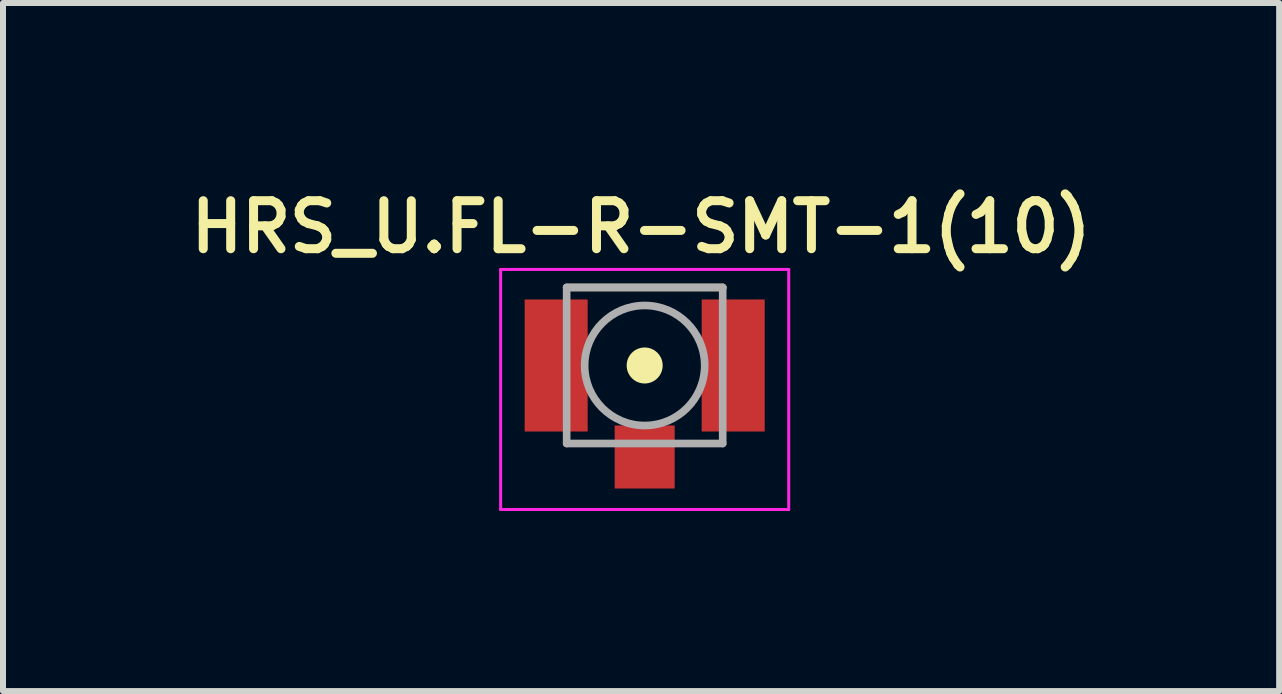
<source format=kicad_pcb>
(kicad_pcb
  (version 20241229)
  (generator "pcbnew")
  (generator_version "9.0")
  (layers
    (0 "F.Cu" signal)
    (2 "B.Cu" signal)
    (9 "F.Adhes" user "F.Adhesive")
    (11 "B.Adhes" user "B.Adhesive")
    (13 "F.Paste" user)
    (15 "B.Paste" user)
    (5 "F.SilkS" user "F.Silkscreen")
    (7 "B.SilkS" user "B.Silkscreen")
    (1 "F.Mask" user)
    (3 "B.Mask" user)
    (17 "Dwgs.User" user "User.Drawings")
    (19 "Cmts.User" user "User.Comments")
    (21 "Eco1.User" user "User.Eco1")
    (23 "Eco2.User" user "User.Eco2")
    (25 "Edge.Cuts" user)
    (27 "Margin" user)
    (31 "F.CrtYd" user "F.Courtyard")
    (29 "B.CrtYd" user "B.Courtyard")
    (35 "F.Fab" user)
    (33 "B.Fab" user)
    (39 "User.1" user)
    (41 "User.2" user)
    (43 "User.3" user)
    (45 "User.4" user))
  (footprint "HRS_U.FL-R-SMT-1(10)"
    (layer "F.Cu")
    (at 7.692 3.04)
    (property "Reference" "HRS_U.FL-R-SMT-1(10)" (at -0.06 -2.308 0) (layer "F.SilkS") (effects (font (size 0.8 0.8) (thickness 0.15))))
    (attr smd)
    (fp_line (start -1.3 -1.3) (end 1.3 -1.3) (stroke (width 0.127) (type solid)) (layer "F.SilkS"))
    (fp_circle (center 0 0) (end 0.3 0) (stroke (width 0) (type solid)) (fill yes) (layer "F.SilkS"))
    (fp_line (start -2.4 -1.6) (end 2.4 -1.6) (stroke (width 0.05) (type solid)) (layer "F.CrtYd"))
    (fp_line (start -2.4 2.4) (end -2.4 -1.6) (stroke (width 0.05) (type solid)) (layer "F.CrtYd"))
    (fp_line (start 2.4 -1.6) (end 2.4 2.4) (stroke (width 0.05) (type solid)) (layer "F.CrtYd"))
    (fp_line (start 2.4 2.4) (end -2.4 2.4) (stroke (width 0.05) (type solid)) (layer "F.CrtYd"))
    (fp_line (start -1.3 -1.3) (end 1.3 -1.3) (stroke (width 0.127) (type solid)) (layer "F.Fab"))
    (fp_line (start -1.3 1.3) (end -1.3 -1.3) (stroke (width 0.127) (type solid)) (layer "F.Fab"))
    (fp_line (start 1.3 -1.3) (end 1.3 1.3) (stroke (width 0.127) (type solid)) (layer "F.Fab"))
    (fp_line (start 1.3 1.3) (end -1.3 1.3) (stroke (width 0.127) (type solid)) (layer "F.Fab"))
    (fp_circle (center 0 0) (end 1 0) (stroke (width 0.127) (type solid)) (fill no) (layer "F.Fab"))
    (pad "1" smd rect (at -1.475 0) (size 1.05 2.2) (layers "F.Cu" "F.Mask" "F.Paste"))
    (pad "2" smd rect (at 0 1.525) (size 1 1.05) (layers "F.Cu" "F.Mask" "F.Paste"))
    (pad "3" smd rect (at 1.475 0) (size 1.05 2.2) (layers "F.Cu" "F.Mask" "F.Paste"))
    (zone (net_name "") (layer "F.Cu") (hatch full 0.508) (connect_pads) (min_thickness 0.01) (filled_areas_thickness no) (keepout (tracks not_allowed) (vias not_allowed) (pads not_allowed) (copperpour not_allowed) (footprints allowed)) (placement (enabled no)) (fill) (polygon (pts (xy 6.891 1.74) (xy 8.492 1.74) (xy 8.492 3.94) (xy 6.891 3.94)))))
  (gr_rect
    (start -3 -3)
    (end 18.264 8.465)
    (stroke (width 0.1) (type default))
    (fill no)
    (layer "Edge.Cuts")))
</source>
